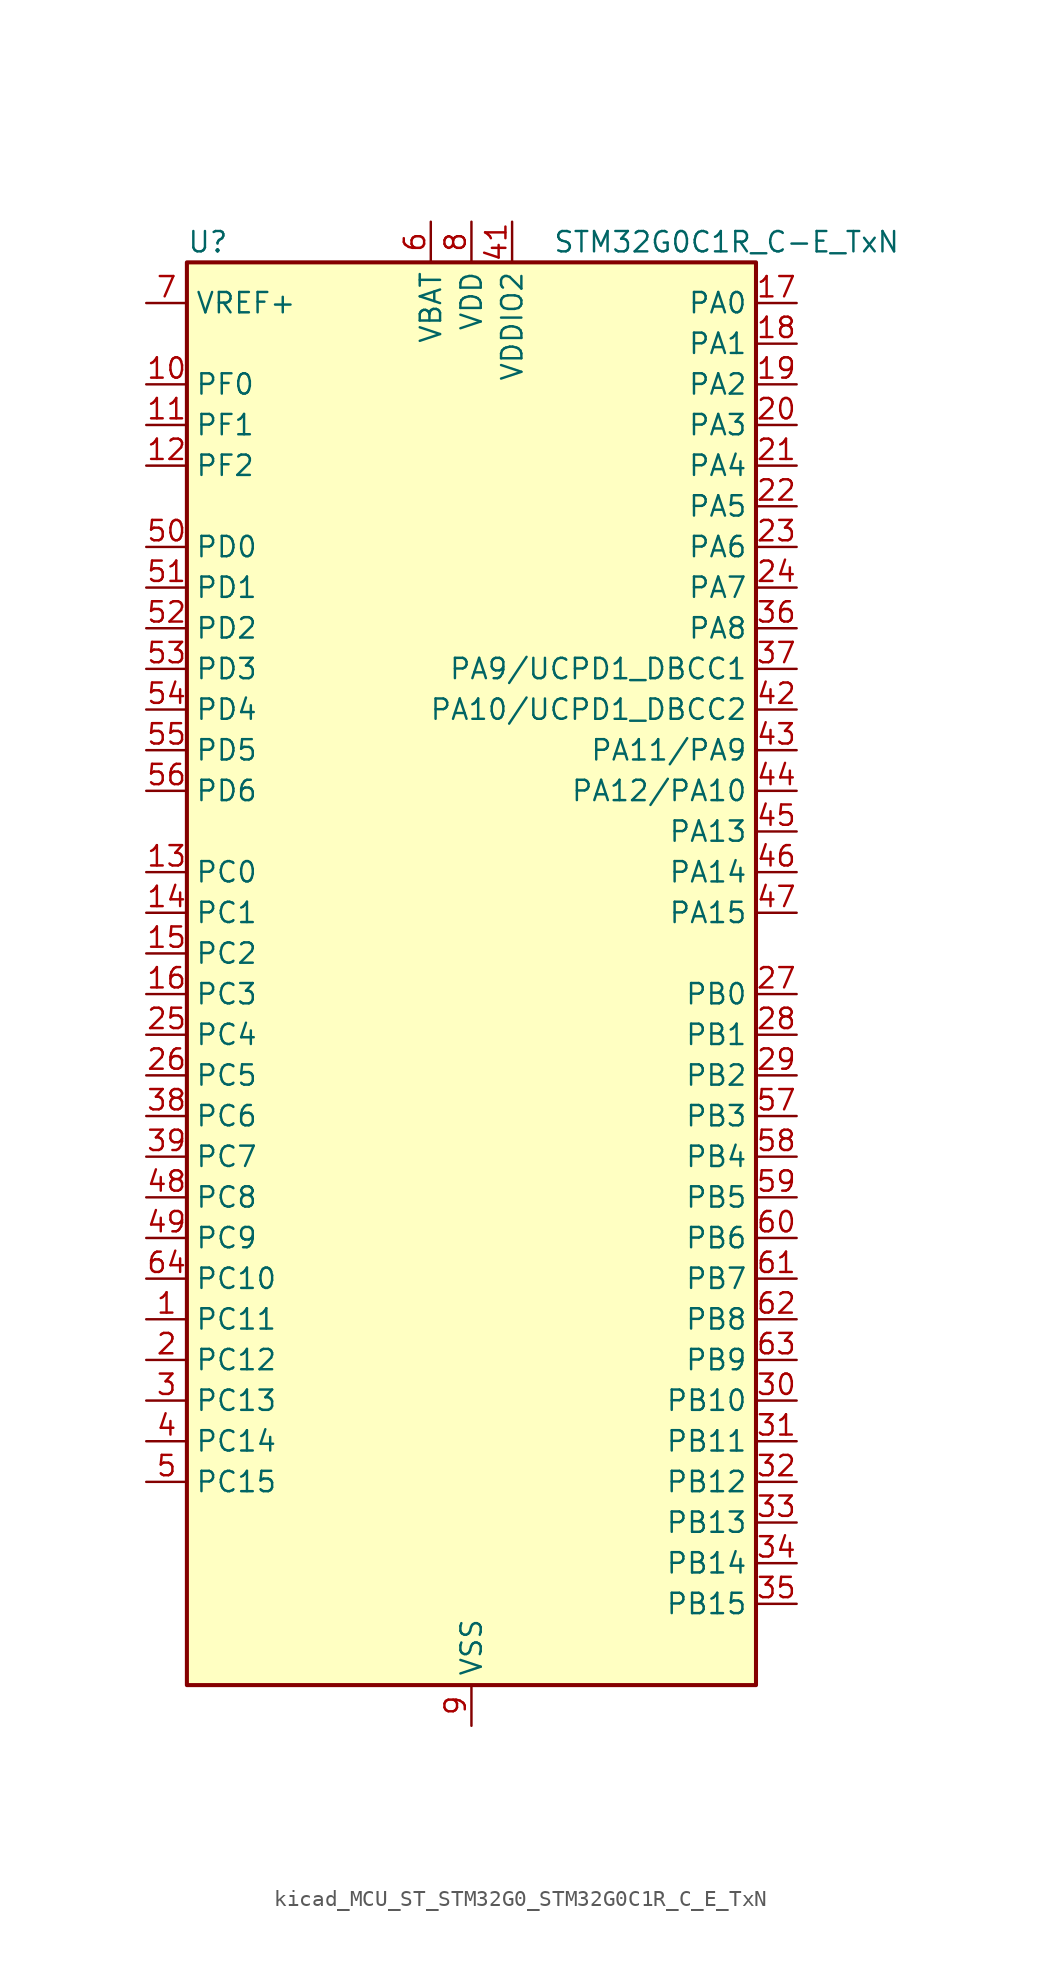
<source format=kicad_sym>
(kicad_symbol_lib
  (version 20220914)
  (generator kicad_symbol_editor)
  (symbol "kicad_MCU_ST_STM32G0_STM32G0C1R_C_E_TxN"
    (property "Reference" "U"
      (at -17.78 46.99 0)
      (effects (font (size 1.27 1.27)) (justify left)))
    (property "Value" "STM32G0C1R_C-E_TxN"
      (at 5.08 46.99 0)
      (effects (font (size 1.27 1.27)) (justify left)))
    (property "ki_locked" ""
      (at 0 0 0)
      (effects (font (size 1.27 1.27))))
    (symbol "kicad_MCU_ST_STM32G0_STM32G0C1R_C_E_TxN_0_1"
      (rectangle (start -17.78 -43.18) (end 17.78 45.72) (stroke (width 0.254) (type default)) (fill (type background))))
    (symbol "kicad_MCU_ST_STM32G0_STM32G0C1R_C_E_TxN_1_1"
      (pin bidirectional line (at -20.32 -20.32 0) (length 2.54) (name "PC11" (effects (font (size 1.27 1.27)))) (number "1" (effects (font (size 1.27 1.27)))) (alternate "ADC1_EXTI11" bidirectional line) (alternate "SPI3_MISO" bidirectional line) (alternate "TIM1_CH4" bidirectional line) (alternate "USART3_RX" bidirectional line) (alternate "USART4_RX" bidirectional line))
      (pin bidirectional line (at -20.32 38.1 0) (length 2.54) (name "PF0" (effects (font (size 1.27 1.27)))) (number "10" (effects (font (size 1.27 1.27)))) (alternate "CRS1_SYNC" bidirectional line) (alternate "RCC_OSC_IN" bidirectional line) (alternate "TIM14_CH1" bidirectional line))
      (pin bidirectional line (at -20.32 35.56 0) (length 2.54) (name "PF1" (effects (font (size 1.27 1.27)))) (number "11" (effects (font (size 1.27 1.27)))) (alternate "RCC_OSC_EN" bidirectional line) (alternate "RCC_OSC_OUT" bidirectional line) (alternate "TIM15_CH1N" bidirectional line))
      (pin bidirectional line (at -20.32 33.02 0) (length 2.54) (name "PF2" (effects (font (size 1.27 1.27)))) (number "12" (effects (font (size 1.27 1.27)))) (alternate "LPUART2_DE" bidirectional line) (alternate "LPUART2_RTS" bidirectional line) (alternate "LPUART2_TX" bidirectional line) (alternate "RCC_MCO" bidirectional line))
      (pin bidirectional line (at -20.32 7.62 0) (length 2.54) (name "PC0" (effects (font (size 1.27 1.27)))) (number "13" (effects (font (size 1.27 1.27)))) (alternate "COMP3_INM" bidirectional line) (alternate "COMP3_OUT" bidirectional line) (alternate "I2C3_SCL" bidirectional line) (alternate "LPTIM1_IN1" bidirectional line) (alternate "LPTIM2_IN1" bidirectional line) (alternate "LPUART1_RX" bidirectional line) (alternate "LPUART2_TX" bidirectional line) (alternate "USART6_TX" bidirectional line))
      (pin bidirectional line (at -20.32 5.08 0) (length 2.54) (name "PC1" (effects (font (size 1.27 1.27)))) (number "14" (effects (font (size 1.27 1.27)))) (alternate "COMP3_INP" bidirectional line) (alternate "I2C3_SDA" bidirectional line) (alternate "LPTIM1_OUT" bidirectional line) (alternate "LPUART1_TX" bidirectional line) (alternate "LPUART2_RX" bidirectional line) (alternate "TIM15_CH1" bidirectional line) (alternate "USART6_RX" bidirectional line))
      (pin bidirectional line (at -20.32 2.54 0) (length 2.54) (name "PC2" (effects (font (size 1.27 1.27)))) (number "15" (effects (font (size 1.27 1.27)))) (alternate "COMP3_OUT" bidirectional line) (alternate "FDCAN2_RX" bidirectional line) (alternate "I2S2_MCK" bidirectional line) (alternate "LPTIM1_IN2" bidirectional line) (alternate "SPI2_MISO" bidirectional line) (alternate "TIM15_CH2" bidirectional line))
      (pin bidirectional line (at -20.32 0 0) (length 2.54) (name "PC3" (effects (font (size 1.27 1.27)))) (number "16" (effects (font (size 1.27 1.27)))) (alternate "FDCAN2_TX" bidirectional line) (alternate "I2S2_SD" bidirectional line) (alternate "LPTIM1_ETR" bidirectional line) (alternate "LPTIM2_ETR" bidirectional line) (alternate "SPI2_MOSI" bidirectional line))
      (pin bidirectional line (at 20.32 43.18 180) (length 2.54) (name "PA0" (effects (font (size 1.27 1.27)))) (number "17" (effects (font (size 1.27 1.27)))) (alternate "ADC1_IN0" bidirectional line) (alternate "COMP1_INM" bidirectional line) (alternate "COMP1_OUT" bidirectional line) (alternate "I2S2_CK" bidirectional line) (alternate "LPTIM1_OUT" bidirectional line) (alternate "RTC_TAMP_IN2" bidirectional line) (alternate "SPI2_SCK" bidirectional line) (alternate "SYS_WKUP1" bidirectional line) (alternate "TIM2_CH1" bidirectional line) (alternate "TIM2_ETR" bidirectional line) (alternate "UCPD2_FRSTX1" bidirectional line) (alternate "UCPD2_FRSTX2" bidirectional line) (alternate "USART2_CTS" bidirectional line) (alternate "USART2_NSS" bidirectional line) (alternate "USART4_TX" bidirectional line))
      (pin bidirectional line (at 20.32 40.64 180) (length 2.54) (name "PA1" (effects (font (size 1.27 1.27)))) (number "18" (effects (font (size 1.27 1.27)))) (alternate "ADC1_IN1" bidirectional line) (alternate "COMP1_INP" bidirectional line) (alternate "I2C1_SMBA" bidirectional line) (alternate "I2S1_CK" bidirectional line) (alternate "SPI1_SCK" bidirectional line) (alternate "TIM15_CH1N" bidirectional line) (alternate "TIM2_CH2" bidirectional line) (alternate "USART2_CK" bidirectional line) (alternate "USART2_DE" bidirectional line) (alternate "USART2_RTS" bidirectional line) (alternate "USART4_RX" bidirectional line))
      (pin bidirectional line (at 20.32 38.1 180) (length 2.54) (name "PA2" (effects (font (size 1.27 1.27)))) (number "19" (effects (font (size 1.27 1.27)))) (alternate "ADC1_IN2" bidirectional line) (alternate "COMP2_INM" bidirectional line) (alternate "COMP2_OUT" bidirectional line) (alternate "I2S1_SD" bidirectional line) (alternate "LPUART1_TX" bidirectional line) (alternate "RCC_LSCO" bidirectional line) (alternate "SPI1_MOSI" bidirectional line) (alternate "SYS_WKUP4" bidirectional line) (alternate "TIM15_CH1" bidirectional line) (alternate "TIM2_CH3" bidirectional line) (alternate "UCPD1_FRSTX1" bidirectional line) (alternate "UCPD1_FRSTX2" bidirectional line) (alternate "USART2_TX" bidirectional line))
      (pin bidirectional line (at -20.32 -22.86 0) (length 2.54) (name "PC12" (effects (font (size 1.27 1.27)))) (number "2" (effects (font (size 1.27 1.27)))) (alternate "LPTIM1_IN1" bidirectional line) (alternate "SPI3_MOSI" bidirectional line) (alternate "TIM14_CH1" bidirectional line) (alternate "UCPD1_FRSTX1" bidirectional line) (alternate "UCPD1_FRSTX2" bidirectional line) (alternate "USART5_TX" bidirectional line))
      (pin bidirectional line (at 20.32 35.56 180) (length 2.54) (name "PA3" (effects (font (size 1.27 1.27)))) (number "20" (effects (font (size 1.27 1.27)))) (alternate "ADC1_IN3" bidirectional line) (alternate "COMP2_INP" bidirectional line) (alternate "I2S2_MCK" bidirectional line) (alternate "LPUART1_RX" bidirectional line) (alternate "SPI2_MISO" bidirectional line) (alternate "TIM15_CH2" bidirectional line) (alternate "TIM2_CH4" bidirectional line) (alternate "UCPD2_FRSTX1" bidirectional line) (alternate "UCPD2_FRSTX2" bidirectional line) (alternate "USART2_RX" bidirectional line))
      (pin bidirectional line (at 20.32 33.02 180) (length 2.54) (name "PA4" (effects (font (size 1.27 1.27)))) (number "21" (effects (font (size 1.27 1.27)))) (alternate "ADC1_IN4" bidirectional line) (alternate "DAC1_OUT1" bidirectional line) (alternate "I2S1_WS" bidirectional line) (alternate "I2S2_SD" bidirectional line) (alternate "LPTIM2_OUT" bidirectional line) (alternate "RTC_OUT2" bidirectional line) (alternate "SPI1_NSS" bidirectional line) (alternate "SPI2_MOSI" bidirectional line) (alternate "SPI3_NSS" bidirectional line) (alternate "TIM14_CH1" bidirectional line) (alternate "UCPD2_FRSTX1" bidirectional line) (alternate "UCPD2_FRSTX2" bidirectional line) (alternate "USART6_TX" bidirectional line) (alternate "USB_NOE" bidirectional line))
      (pin bidirectional line (at 20.32 30.48 180) (length 2.54) (name "PA5" (effects (font (size 1.27 1.27)))) (number "22" (effects (font (size 1.27 1.27)))) (alternate "ADC1_IN5" bidirectional line) (alternate "CEC" bidirectional line) (alternate "DAC1_OUT2" bidirectional line) (alternate "I2S1_CK" bidirectional line) (alternate "LPTIM2_ETR" bidirectional line) (alternate "SPI1_SCK" bidirectional line) (alternate "TIM2_CH1" bidirectional line) (alternate "TIM2_ETR" bidirectional line) (alternate "UCPD1_FRSTX1" bidirectional line) (alternate "UCPD1_FRSTX2" bidirectional line) (alternate "USART3_TX" bidirectional line) (alternate "USART6_RX" bidirectional line))
      (pin bidirectional line (at 20.32 27.94 180) (length 2.54) (name "PA6" (effects (font (size 1.27 1.27)))) (number "23" (effects (font (size 1.27 1.27)))) (alternate "ADC1_IN6" bidirectional line) (alternate "COMP1_OUT" bidirectional line) (alternate "I2C2_SDA" bidirectional line) (alternate "I2C3_SDA" bidirectional line) (alternate "I2S1_MCK" bidirectional line) (alternate "LPUART1_CTS" bidirectional line) (alternate "SPI1_MISO" bidirectional line) (alternate "TIM16_CH1" bidirectional line) (alternate "TIM1_BK" bidirectional line) (alternate "TIM3_CH1" bidirectional line) (alternate "USART3_CTS" bidirectional line) (alternate "USART3_NSS" bidirectional line) (alternate "USART6_CTS" bidirectional line) (alternate "USART6_NSS" bidirectional line))
      (pin bidirectional line (at 20.32 25.4 180) (length 2.54) (name "PA7" (effects (font (size 1.27 1.27)))) (number "24" (effects (font (size 1.27 1.27)))) (alternate "ADC1_IN7" bidirectional line) (alternate "COMP2_OUT" bidirectional line) (alternate "I2C2_SCL" bidirectional line) (alternate "I2C3_SCL" bidirectional line) (alternate "I2S1_SD" bidirectional line) (alternate "SPI1_MOSI" bidirectional line) (alternate "TIM14_CH1" bidirectional line) (alternate "TIM17_CH1" bidirectional line) (alternate "TIM1_CH1N" bidirectional line) (alternate "TIM3_CH2" bidirectional line) (alternate "UCPD1_FRSTX1" bidirectional line) (alternate "UCPD1_FRSTX2" bidirectional line) (alternate "USART6_CK" bidirectional line) (alternate "USART6_DE" bidirectional line) (alternate "USART6_RTS" bidirectional line))
      (pin bidirectional line (at -20.32 -2.54 0) (length 2.54) (name "PC4" (effects (font (size 1.27 1.27)))) (number "25" (effects (font (size 1.27 1.27)))) (alternate "ADC1_IN17" bidirectional line) (alternate "COMP1_INM" bidirectional line) (alternate "FDCAN1_RX" bidirectional line) (alternate "TIM2_CH1" bidirectional line) (alternate "TIM2_ETR" bidirectional line) (alternate "USART1_TX" bidirectional line) (alternate "USART3_TX" bidirectional line))
      (pin bidirectional line (at -20.32 -5.08 0) (length 2.54) (name "PC5" (effects (font (size 1.27 1.27)))) (number "26" (effects (font (size 1.27 1.27)))) (alternate "ADC1_IN18" bidirectional line) (alternate "COMP1_INP" bidirectional line) (alternate "FDCAN1_TX" bidirectional line) (alternate "SYS_WKUP5" bidirectional line) (alternate "TIM2_CH2" bidirectional line) (alternate "USART1_RX" bidirectional line) (alternate "USART3_RX" bidirectional line))
      (pin bidirectional line (at 20.32 0 180) (length 2.54) (name "PB0" (effects (font (size 1.27 1.27)))) (number "27" (effects (font (size 1.27 1.27)))) (alternate "ADC1_IN8" bidirectional line) (alternate "COMP1_OUT" bidirectional line) (alternate "COMP3_INP" bidirectional line) (alternate "FDCAN2_RX" bidirectional line) (alternate "I2S1_WS" bidirectional line) (alternate "LPTIM1_OUT" bidirectional line) (alternate "LPUART2_CTS" bidirectional line) (alternate "SPI1_NSS" bidirectional line) (alternate "TIM1_CH2N" bidirectional line) (alternate "TIM3_CH3" bidirectional line) (alternate "UCPD1_FRSTX1" bidirectional line) (alternate "UCPD1_FRSTX2" bidirectional line) (alternate "USART3_RX" bidirectional line) (alternate "USART5_TX" bidirectional line))
      (pin bidirectional line (at 20.32 -2.54 180) (length 2.54) (name "PB1" (effects (font (size 1.27 1.27)))) (number "28" (effects (font (size 1.27 1.27)))) (alternate "ADC1_IN9" bidirectional line) (alternate "COMP1_INM" bidirectional line) (alternate "COMP3_OUT" bidirectional line) (alternate "FDCAN2_TX" bidirectional line) (alternate "LPTIM2_IN1" bidirectional line) (alternate "LPUART1_DE" bidirectional line) (alternate "LPUART1_RTS" bidirectional line) (alternate "LPUART2_DE" bidirectional line) (alternate "LPUART2_RTS" bidirectional line) (alternate "TIM14_CH1" bidirectional line) (alternate "TIM1_CH3N" bidirectional line) (alternate "TIM3_CH4" bidirectional line) (alternate "USART3_CK" bidirectional line) (alternate "USART3_DE" bidirectional line) (alternate "USART3_RTS" bidirectional line) (alternate "USART5_RX" bidirectional line))
      (pin bidirectional line (at 20.32 -5.08 180) (length 2.54) (name "PB2" (effects (font (size 1.27 1.27)))) (number "29" (effects (font (size 1.27 1.27)))) (alternate "ADC1_IN10" bidirectional line) (alternate "COMP1_INP" bidirectional line) (alternate "COMP3_INM" bidirectional line) (alternate "I2S2_MCK" bidirectional line) (alternate "LPTIM1_OUT" bidirectional line) (alternate "RCC_MCO_2" bidirectional line) (alternate "SPI2_MISO" bidirectional line) (alternate "USART3_TX" bidirectional line))
      (pin bidirectional line (at -20.32 -25.4 0) (length 2.54) (name "PC13" (effects (font (size 1.27 1.27)))) (number "3" (effects (font (size 1.27 1.27)))) (alternate "RTC_OUT1" bidirectional line) (alternate "RTC_TAMP_IN1" bidirectional line) (alternate "RTC_TS" bidirectional line) (alternate "SYS_WKUP2" bidirectional line) (alternate "TIM1_BK" bidirectional line))
      (pin bidirectional line (at 20.32 -25.4 180) (length 2.54) (name "PB10" (effects (font (size 1.27 1.27)))) (number "30" (effects (font (size 1.27 1.27)))) (alternate "ADC1_IN11" bidirectional line) (alternate "CEC" bidirectional line) (alternate "COMP1_OUT" bidirectional line) (alternate "I2C2_SCL" bidirectional line) (alternate "I2S2_CK" bidirectional line) (alternate "LPUART1_RX" bidirectional line) (alternate "SPI2_SCK" bidirectional line) (alternate "TIM2_CH3" bidirectional line) (alternate "USART3_TX" bidirectional line))
      (pin bidirectional line (at 20.32 -27.94 180) (length 2.54) (name "PB11" (effects (font (size 1.27 1.27)))) (number "31" (effects (font (size 1.27 1.27)))) (alternate "ADC1_EXTI11" bidirectional line) (alternate "ADC1_IN15" bidirectional line) (alternate "COMP2_OUT" bidirectional line) (alternate "I2C2_SDA" bidirectional line) (alternate "I2S2_SD" bidirectional line) (alternate "LPUART1_TX" bidirectional line) (alternate "SPI2_MOSI" bidirectional line) (alternate "TIM2_CH4" bidirectional line) (alternate "USART3_RX" bidirectional line))
      (pin bidirectional line (at 20.32 -30.48 180) (length 2.54) (name "PB12" (effects (font (size 1.27 1.27)))) (number "32" (effects (font (size 1.27 1.27)))) (alternate "ADC1_IN16" bidirectional line) (alternate "FDCAN2_RX" bidirectional line) (alternate "I2C2_SMBA" bidirectional line) (alternate "I2S2_WS" bidirectional line) (alternate "LPUART1_DE" bidirectional line) (alternate "LPUART1_RTS" bidirectional line) (alternate "SPI2_NSS" bidirectional line) (alternate "TIM15_BK" bidirectional line) (alternate "TIM1_BK" bidirectional line) (alternate "UCPD2_FRSTX1" bidirectional line) (alternate "UCPD2_FRSTX2" bidirectional line))
      (pin bidirectional line (at 20.32 -33.02 180) (length 2.54) (name "PB13" (effects (font (size 1.27 1.27)))) (number "33" (effects (font (size 1.27 1.27)))) (alternate "FDCAN2_TX" bidirectional line) (alternate "I2C2_SCL" bidirectional line) (alternate "I2S2_CK" bidirectional line) (alternate "LPUART1_CTS" bidirectional line) (alternate "SPI2_SCK" bidirectional line) (alternate "TIM15_CH1N" bidirectional line) (alternate "TIM1_CH1N" bidirectional line) (alternate "USART3_CTS" bidirectional line) (alternate "USART3_NSS" bidirectional line))
      (pin bidirectional line (at 20.32 -35.56 180) (length 2.54) (name "PB14" (effects (font (size 1.27 1.27)))) (number "34" (effects (font (size 1.27 1.27)))) (alternate "I2C2_SDA" bidirectional line) (alternate "I2S2_MCK" bidirectional line) (alternate "SPI2_MISO" bidirectional line) (alternate "TIM15_CH1" bidirectional line) (alternate "TIM1_CH2N" bidirectional line) (alternate "UCPD1_FRSTX1" bidirectional line) (alternate "UCPD1_FRSTX2" bidirectional line) (alternate "USART3_CK" bidirectional line) (alternate "USART3_DE" bidirectional line) (alternate "USART3_RTS" bidirectional line) (alternate "USART6_CK" bidirectional line) (alternate "USART6_DE" bidirectional line) (alternate "USART6_RTS" bidirectional line))
      (pin bidirectional line (at 20.32 -38.1 180) (length 2.54) (name "PB15" (effects (font (size 1.27 1.27)))) (number "35" (effects (font (size 1.27 1.27)))) (alternate "I2S2_SD" bidirectional line) (alternate "RTC_REFIN" bidirectional line) (alternate "SPI2_MOSI" bidirectional line) (alternate "TIM15_CH1N" bidirectional line) (alternate "TIM15_CH2" bidirectional line) (alternate "TIM1_CH3N" bidirectional line) (alternate "UCPD1_CC2" bidirectional line) (alternate "USART6_CTS" bidirectional line) (alternate "USART6_NSS" bidirectional line))
      (pin bidirectional line (at 20.32 22.86 180) (length 2.54) (name "PA8" (effects (font (size 1.27 1.27)))) (number "36" (effects (font (size 1.27 1.27)))) (alternate "CRS1_SYNC" bidirectional line) (alternate "I2C2_SMBA" bidirectional line) (alternate "I2S2_WS" bidirectional line) (alternate "LPTIM2_OUT" bidirectional line) (alternate "RCC_MCO" bidirectional line) (alternate "SPI2_NSS" bidirectional line) (alternate "TIM1_CH1" bidirectional line) (alternate "UCPD1_CC1" bidirectional line))
      (pin bidirectional line (at 20.32 20.32 180) (length 2.54) (name "PA9/UCPD1_DBCC1" (effects (font (size 1.27 1.27)))) (number "37" (effects (font (size 1.27 1.27)))) (alternate "DAC1_EXTI9" bidirectional line) (alternate "I2C1_SCL" bidirectional line) (alternate "I2C2_SCL" bidirectional line) (alternate "I2S2_MCK" bidirectional line) (alternate "RCC_MCO" bidirectional line) (alternate "SPI2_MISO" bidirectional line) (alternate "TIM15_BK" bidirectional line) (alternate "TIM1_CH2" bidirectional line) (alternate "UCPD1_DBCC1" bidirectional line) (alternate "USART1_TX" bidirectional line))
      (pin bidirectional line (at -20.32 -7.62 0) (length 2.54) (name "PC6" (effects (font (size 1.27 1.27)))) (number "38" (effects (font (size 1.27 1.27)))) (alternate "LPUART2_TX" bidirectional line) (alternate "TIM2_CH3" bidirectional line) (alternate "TIM3_CH1" bidirectional line) (alternate "UCPD1_FRSTX1" bidirectional line) (alternate "UCPD1_FRSTX2" bidirectional line))
      (pin bidirectional line (at -20.32 -10.16 0) (length 2.54) (name "PC7" (effects (font (size 1.27 1.27)))) (number "39" (effects (font (size 1.27 1.27)))) (alternate "LPUART2_RX" bidirectional line) (alternate "TIM2_CH4" bidirectional line) (alternate "TIM3_CH2" bidirectional line) (alternate "UCPD2_FRSTX1" bidirectional line) (alternate "UCPD2_FRSTX2" bidirectional line))
      (pin bidirectional line (at -20.32 -27.94 0) (length 2.54) (name "PC14" (effects (font (size 1.27 1.27)))) (number "4" (effects (font (size 1.27 1.27)))) (alternate "RCC_OSC32_IN" bidirectional line) (alternate "TIM1_BK2" bidirectional line))
      (pin passive line (at 0 -45.72 90) (length 2.54) hide (name "VSS" (effects (font (size 1.27 1.27)))) (number "40" (effects (font (size 1.27 1.27)))))
      (pin power_in line (at 2.54 48.26 270) (length 2.54) (name "VDDIO2" (effects (font (size 1.27 1.27)))) (number "41" (effects (font (size 1.27 1.27)))))
      (pin bidirectional line (at 20.32 17.78 180) (length 2.54) (name "PA10/UCPD1_DBCC2" (effects (font (size 1.27 1.27)))) (number "42" (effects (font (size 1.27 1.27)))) (alternate "I2C1_SDA" bidirectional line) (alternate "I2C2_SDA" bidirectional line) (alternate "I2S2_SD" bidirectional line) (alternate "RCC_MCO_2" bidirectional line) (alternate "SPI2_MOSI" bidirectional line) (alternate "TIM17_BK" bidirectional line) (alternate "TIM1_CH3" bidirectional line) (alternate "UCPD1_DBCC2" bidirectional line) (alternate "USART1_RX" bidirectional line))
      (pin bidirectional line (at 20.32 15.24 180) (length 2.54) (name "PA11/PA9" (effects (font (size 1.27 1.27)))) (number "43" (effects (font (size 1.27 1.27)))) (alternate "ADC1_EXTI11" bidirectional line) (alternate "COMP1_OUT" bidirectional line) (alternate "FDCAN1_RX" bidirectional line) (alternate "I2C2_SCL" bidirectional line) (alternate "I2S1_MCK" bidirectional line) (alternate "SPI1_MISO" bidirectional line) (alternate "TIM1_BK2" bidirectional line) (alternate "TIM1_CH4" bidirectional line) (alternate "USART1_CTS" bidirectional line) (alternate "USART1_NSS" bidirectional line) (alternate "USB_DM" bidirectional line))
      (pin bidirectional line (at 20.32 12.7 180) (length 2.54) (name "PA12/PA10" (effects (font (size 1.27 1.27)))) (number "44" (effects (font (size 1.27 1.27)))) (alternate "COMP2_OUT" bidirectional line) (alternate "FDCAN1_TX" bidirectional line) (alternate "I2C2_SDA" bidirectional line) (alternate "I2S1_SD" bidirectional line) (alternate "I2S_CKIN" bidirectional line) (alternate "SPI1_MOSI" bidirectional line) (alternate "TIM1_ETR" bidirectional line) (alternate "USART1_CK" bidirectional line) (alternate "USART1_DE" bidirectional line) (alternate "USART1_RTS" bidirectional line) (alternate "USB_DP" bidirectional line))
      (pin bidirectional line (at 20.32 10.16 180) (length 2.54) (name "PA13" (effects (font (size 1.27 1.27)))) (number "45" (effects (font (size 1.27 1.27)))) (alternate "IR_OUT" bidirectional line) (alternate "LPUART2_RX" bidirectional line) (alternate "SYS_SWDIO" bidirectional line) (alternate "USB_NOE" bidirectional line))
      (pin bidirectional line (at 20.32 7.62 180) (length 2.54) (name "PA14" (effects (font (size 1.27 1.27)))) (number "46" (effects (font (size 1.27 1.27)))) (alternate "LPUART2_TX" bidirectional line) (alternate "SYS_SWCLK" bidirectional line) (alternate "USART2_TX" bidirectional line))
      (pin bidirectional line (at 20.32 5.08 180) (length 2.54) (name "PA15" (effects (font (size 1.27 1.27)))) (number "47" (effects (font (size 1.27 1.27)))) (alternate "I2C2_SMBA" bidirectional line) (alternate "I2S1_WS" bidirectional line) (alternate "RCC_MCO_2" bidirectional line) (alternate "SPI1_NSS" bidirectional line) (alternate "SPI3_NSS" bidirectional line) (alternate "TIM2_CH1" bidirectional line) (alternate "TIM2_ETR" bidirectional line) (alternate "USART2_RX" bidirectional line) (alternate "USART3_CK" bidirectional line) (alternate "USART3_DE" bidirectional line) (alternate "USART3_RTS" bidirectional line) (alternate "USART4_CK" bidirectional line) (alternate "USART4_DE" bidirectional line) (alternate "USART4_RTS" bidirectional line) (alternate "USB_NOE" bidirectional line))
      (pin bidirectional line (at -20.32 -12.7 0) (length 2.54) (name "PC8" (effects (font (size 1.27 1.27)))) (number "48" (effects (font (size 1.27 1.27)))) (alternate "LPUART2_CTS" bidirectional line) (alternate "TIM1_CH1" bidirectional line) (alternate "TIM3_CH3" bidirectional line) (alternate "UCPD2_FRSTX1" bidirectional line) (alternate "UCPD2_FRSTX2" bidirectional line))
      (pin bidirectional line (at -20.32 -15.24 0) (length 2.54) (name "PC9" (effects (font (size 1.27 1.27)))) (number "49" (effects (font (size 1.27 1.27)))) (alternate "DAC1_EXTI9" bidirectional line) (alternate "I2S_CKIN" bidirectional line) (alternate "LPUART2_DE" bidirectional line) (alternate "LPUART2_RTS" bidirectional line) (alternate "TIM1_CH2" bidirectional line) (alternate "TIM3_CH4" bidirectional line) (alternate "USB_NOE" bidirectional line))
      (pin bidirectional line (at -20.32 -30.48 0) (length 2.54) (name "PC15" (effects (font (size 1.27 1.27)))) (number "5" (effects (font (size 1.27 1.27)))) (alternate "RCC_OSC32_EN" bidirectional line) (alternate "RCC_OSC32_OUT" bidirectional line) (alternate "RCC_OSC_EN" bidirectional line) (alternate "TIM15_BK" bidirectional line))
      (pin bidirectional line (at -20.32 27.94 0) (length 2.54) (name "PD0" (effects (font (size 1.27 1.27)))) (number "50" (effects (font (size 1.27 1.27)))) (alternate "FDCAN1_RX" bidirectional line) (alternate "I2S2_WS" bidirectional line) (alternate "SPI2_NSS" bidirectional line) (alternate "TIM16_CH1" bidirectional line) (alternate "UCPD2_CC1" bidirectional line))
      (pin bidirectional line (at -20.32 25.4 0) (length 2.54) (name "PD1" (effects (font (size 1.27 1.27)))) (number "51" (effects (font (size 1.27 1.27)))) (alternate "FDCAN1_TX" bidirectional line) (alternate "I2S2_CK" bidirectional line) (alternate "SPI2_SCK" bidirectional line) (alternate "TIM17_CH1" bidirectional line) (alternate "UCPD2_DBCC1" bidirectional line))
      (pin bidirectional line (at -20.32 22.86 0) (length 2.54) (name "PD2" (effects (font (size 1.27 1.27)))) (number "52" (effects (font (size 1.27 1.27)))) (alternate "TIM1_CH1N" bidirectional line) (alternate "TIM3_ETR" bidirectional line) (alternate "UCPD2_CC2" bidirectional line) (alternate "USART3_CK" bidirectional line) (alternate "USART3_DE" bidirectional line) (alternate "USART3_RTS" bidirectional line) (alternate "USART5_RX" bidirectional line))
      (pin bidirectional line (at -20.32 20.32 0) (length 2.54) (name "PD3" (effects (font (size 1.27 1.27)))) (number "53" (effects (font (size 1.27 1.27)))) (alternate "I2S2_MCK" bidirectional line) (alternate "SPI2_MISO" bidirectional line) (alternate "TIM1_CH2N" bidirectional line) (alternate "UCPD2_DBCC2" bidirectional line) (alternate "USART2_CTS" bidirectional line) (alternate "USART2_NSS" bidirectional line) (alternate "USART5_TX" bidirectional line))
      (pin bidirectional line (at -20.32 17.78 0) (length 2.54) (name "PD4" (effects (font (size 1.27 1.27)))) (number "54" (effects (font (size 1.27 1.27)))) (alternate "I2S2_SD" bidirectional line) (alternate "SPI2_MOSI" bidirectional line) (alternate "TIM1_CH3N" bidirectional line) (alternate "USART2_CK" bidirectional line) (alternate "USART2_DE" bidirectional line) (alternate "USART2_RTS" bidirectional line) (alternate "USART5_CK" bidirectional line) (alternate "USART5_DE" bidirectional line) (alternate "USART5_RTS" bidirectional line))
      (pin bidirectional line (at -20.32 15.24 0) (length 2.54) (name "PD5" (effects (font (size 1.27 1.27)))) (number "55" (effects (font (size 1.27 1.27)))) (alternate "I2S1_MCK" bidirectional line) (alternate "SPI1_MISO" bidirectional line) (alternate "TIM1_BK" bidirectional line) (alternate "USART2_TX" bidirectional line) (alternate "USART5_CTS" bidirectional line) (alternate "USART5_NSS" bidirectional line))
      (pin bidirectional line (at -20.32 12.7 0) (length 2.54) (name "PD6" (effects (font (size 1.27 1.27)))) (number "56" (effects (font (size 1.27 1.27)))) (alternate "I2S1_SD" bidirectional line) (alternate "LPTIM2_OUT" bidirectional line) (alternate "SPI1_MOSI" bidirectional line) (alternate "USART2_RX" bidirectional line))
      (pin bidirectional line (at 20.32 -7.62 180) (length 2.54) (name "PB3" (effects (font (size 1.27 1.27)))) (number "57" (effects (font (size 1.27 1.27)))) (alternate "COMP2_INM" bidirectional line) (alternate "I2C2_SCL" bidirectional line) (alternate "I2C3_SCL" bidirectional line) (alternate "I2S1_CK" bidirectional line) (alternate "SPI1_SCK" bidirectional line) (alternate "SPI3_SCK" bidirectional line) (alternate "TIM1_CH2" bidirectional line) (alternate "TIM2_CH2" bidirectional line) (alternate "USART1_CK" bidirectional line) (alternate "USART1_DE" bidirectional line) (alternate "USART1_RTS" bidirectional line) (alternate "USART5_TX" bidirectional line))
      (pin bidirectional line (at 20.32 -10.16 180) (length 2.54) (name "PB4" (effects (font (size 1.27 1.27)))) (number "58" (effects (font (size 1.27 1.27)))) (alternate "COMP2_INP" bidirectional line) (alternate "I2C2_SDA" bidirectional line) (alternate "I2C3_SDA" bidirectional line) (alternate "I2S1_MCK" bidirectional line) (alternate "SPI1_MISO" bidirectional line) (alternate "SPI3_MISO" bidirectional line) (alternate "TIM17_BK" bidirectional line) (alternate "TIM3_CH1" bidirectional line) (alternate "USART1_CTS" bidirectional line) (alternate "USART1_NSS" bidirectional line) (alternate "USART5_RX" bidirectional line))
      (pin bidirectional line (at 20.32 -12.7 180) (length 2.54) (name "PB5" (effects (font (size 1.27 1.27)))) (number "59" (effects (font (size 1.27 1.27)))) (alternate "COMP2_OUT" bidirectional line) (alternate "FDCAN2_RX" bidirectional line) (alternate "I2C1_SMBA" bidirectional line) (alternate "I2S1_SD" bidirectional line) (alternate "LPTIM1_IN1" bidirectional line) (alternate "SPI1_MOSI" bidirectional line) (alternate "SPI3_MOSI" bidirectional line) (alternate "SYS_WKUP6" bidirectional line) (alternate "TIM16_BK" bidirectional line) (alternate "TIM3_CH2" bidirectional line) (alternate "USART5_CK" bidirectional line) (alternate "USART5_DE" bidirectional line) (alternate "USART5_RTS" bidirectional line))
      (pin power_in line (at -2.54 48.26 270) (length 2.54) (name "VBAT" (effects (font (size 1.27 1.27)))) (number "6" (effects (font (size 1.27 1.27)))))
      (pin bidirectional line (at 20.32 -15.24 180) (length 2.54) (name "PB6" (effects (font (size 1.27 1.27)))) (number "60" (effects (font (size 1.27 1.27)))) (alternate "COMP2_INP" bidirectional line) (alternate "FDCAN2_TX" bidirectional line) (alternate "I2C1_SCL" bidirectional line) (alternate "I2S2_MCK" bidirectional line) (alternate "LPTIM1_ETR" bidirectional line) (alternate "LPUART2_TX" bidirectional line) (alternate "SPI2_MISO" bidirectional line) (alternate "TIM16_CH1N" bidirectional line) (alternate "TIM1_CH3" bidirectional line) (alternate "TIM4_CH1" bidirectional line) (alternate "USART1_TX" bidirectional line) (alternate "USART5_CTS" bidirectional line) (alternate "USART5_NSS" bidirectional line))
      (pin bidirectional line (at 20.32 -17.78 180) (length 2.54) (name "PB7" (effects (font (size 1.27 1.27)))) (number "61" (effects (font (size 1.27 1.27)))) (alternate "COMP2_INM" bidirectional line) (alternate "I2C1_SDA" bidirectional line) (alternate "I2S2_SD" bidirectional line) (alternate "LPTIM1_IN2" bidirectional line) (alternate "LPUART2_RX" bidirectional line) (alternate "SPI2_MOSI" bidirectional line) (alternate "SYS_PVD_IN" bidirectional line) (alternate "TIM17_CH1N" bidirectional line) (alternate "TIM4_CH2" bidirectional line) (alternate "USART1_RX" bidirectional line) (alternate "USART4_CTS" bidirectional line) (alternate "USART4_NSS" bidirectional line))
      (pin bidirectional line (at 20.32 -20.32 180) (length 2.54) (name "PB8" (effects (font (size 1.27 1.27)))) (number "62" (effects (font (size 1.27 1.27)))) (alternate "CEC" bidirectional line) (alternate "FDCAN1_RX" bidirectional line) (alternate "I2C1_SCL" bidirectional line) (alternate "I2S2_CK" bidirectional line) (alternate "SPI2_SCK" bidirectional line) (alternate "TIM15_BK" bidirectional line) (alternate "TIM16_CH1" bidirectional line) (alternate "TIM4_CH3" bidirectional line) (alternate "USART3_TX" bidirectional line) (alternate "USART6_TX" bidirectional line))
      (pin bidirectional line (at 20.32 -22.86 180) (length 2.54) (name "PB9" (effects (font (size 1.27 1.27)))) (number "63" (effects (font (size 1.27 1.27)))) (alternate "DAC1_EXTI9" bidirectional line) (alternate "FDCAN1_TX" bidirectional line) (alternate "I2C1_SDA" bidirectional line) (alternate "I2S2_WS" bidirectional line) (alternate "IR_OUT" bidirectional line) (alternate "SPI2_NSS" bidirectional line) (alternate "TIM17_CH1" bidirectional line) (alternate "TIM4_CH4" bidirectional line) (alternate "UCPD2_FRSTX1" bidirectional line) (alternate "UCPD2_FRSTX2" bidirectional line) (alternate "USART3_RX" bidirectional line) (alternate "USART6_RX" bidirectional line))
      (pin bidirectional line (at -20.32 -17.78 0) (length 2.54) (name "PC10" (effects (font (size 1.27 1.27)))) (number "64" (effects (font (size 1.27 1.27)))) (alternate "SPI3_SCK" bidirectional line) (alternate "TIM1_CH3" bidirectional line) (alternate "USART3_TX" bidirectional line) (alternate "USART4_TX" bidirectional line))
      (pin input line (at -20.32 43.18 0) (length 2.54) (name "VREF+" (effects (font (size 1.27 1.27)))) (number "7" (effects (font (size 1.27 1.27)))) (alternate "VREFBUF_OUT" bidirectional line))
      (pin power_in line (at 0 48.26 270) (length 2.54) (name "VDD" (effects (font (size 1.27 1.27)))) (number "8" (effects (font (size 1.27 1.27)))))
      (pin power_in line (at 0 -45.72 90) (length 2.54) (name "VSS" (effects (font (size 1.27 1.27)))) (number "9" (effects (font (size 1.27 1.27))))))))
</source>
